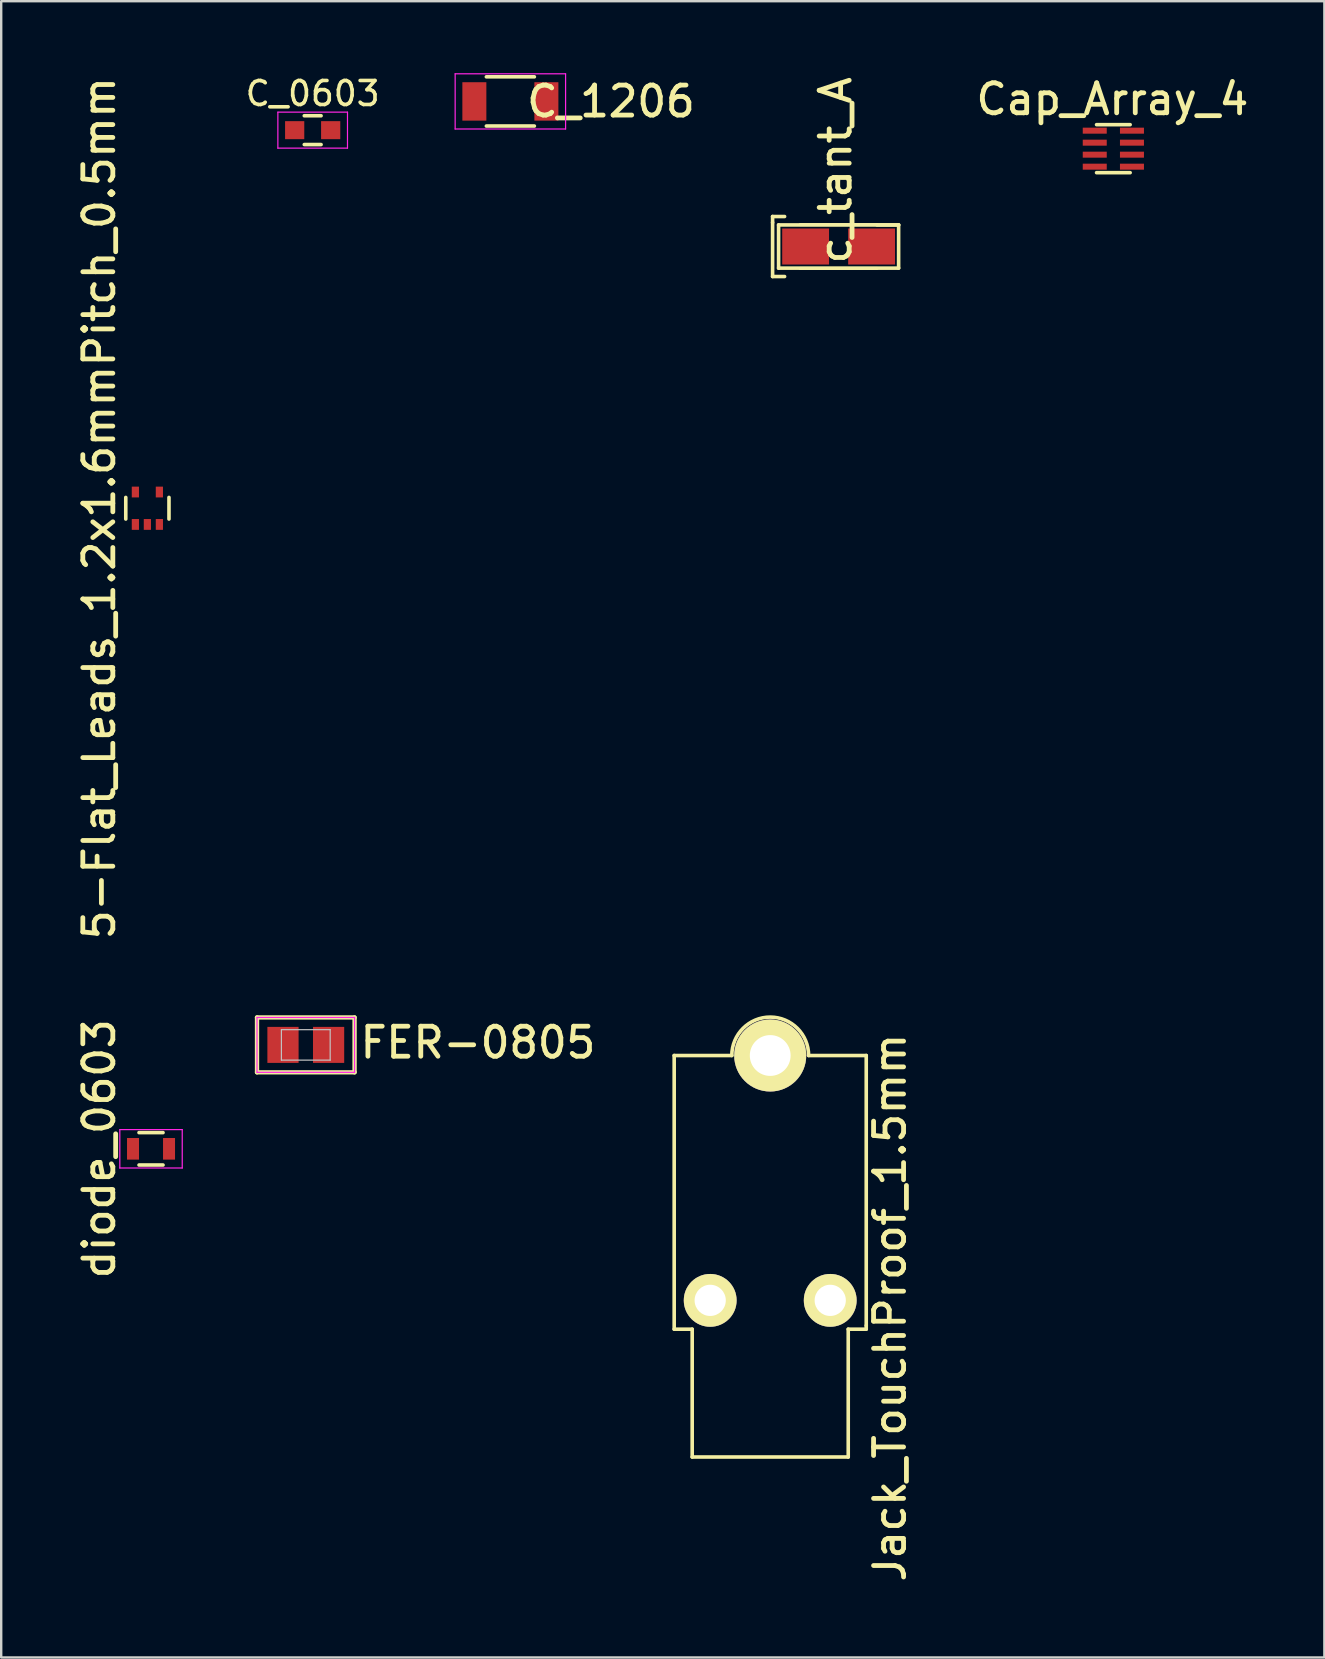
<source format=kicad_pcb>
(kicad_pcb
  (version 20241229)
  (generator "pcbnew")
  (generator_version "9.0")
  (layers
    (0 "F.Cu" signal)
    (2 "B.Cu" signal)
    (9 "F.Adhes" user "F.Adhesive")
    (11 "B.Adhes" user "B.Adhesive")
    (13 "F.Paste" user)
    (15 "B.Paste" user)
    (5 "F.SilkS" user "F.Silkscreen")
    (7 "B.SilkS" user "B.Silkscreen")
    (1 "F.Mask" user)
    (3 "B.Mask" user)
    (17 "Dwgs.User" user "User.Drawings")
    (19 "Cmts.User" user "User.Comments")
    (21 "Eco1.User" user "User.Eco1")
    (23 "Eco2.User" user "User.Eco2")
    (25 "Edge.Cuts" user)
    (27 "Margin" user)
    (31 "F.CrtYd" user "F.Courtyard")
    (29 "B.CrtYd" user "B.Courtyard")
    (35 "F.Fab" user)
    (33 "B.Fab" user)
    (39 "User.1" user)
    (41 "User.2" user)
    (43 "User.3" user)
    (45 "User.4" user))
  (footprint "diode_0603"
    (layer "F.Cu")
    (at 3.241 44.805)
    (property "Reference" "diode_0603" (at -2.159 0 90) (layer "F.SilkS") (effects (font (size 1.25 1.25) (thickness 0.2))))
    (attr smd)
    (fp_line (start -0.5 -0.675) (end 0.5 -0.675) (stroke (width 0.15) (type solid)) (layer "F.SilkS"))
    (fp_line (start 0.5 0.675) (end -0.5 0.675) (stroke (width 0.15) (type solid)) (layer "F.SilkS"))
    (fp_line (start -1.3 -0.8) (end -1.3 0.8) (stroke (width 0.05) (type solid)) (layer "F.CrtYd"))
    (fp_line (start -1.3 -0.8) (end 1.3 -0.8) (stroke (width 0.05) (type solid)) (layer "F.CrtYd"))
    (fp_line (start -1.3 0.8) (end 1.3 0.8) (stroke (width 0.05) (type solid)) (layer "F.CrtYd"))
    (fp_line (start 1.3 -0.8) (end 1.3 0.8) (stroke (width 0.05) (type solid)) (layer "F.CrtYd"))
    (pad "A" smd rect (at 0.75 0) (size 0.5 0.9) (layers "F.Cu" "F.Mask" "F.Paste"))
    (pad "C" smd rect (at -0.75 0) (size 0.5 0.9) (layers "F.Cu" "F.Mask" "F.Paste")))
  (footprint "FER-0805"
    (layer "F.Cu")
    (at 9.688 40.476)
    (property "Reference" "FER-0805" (at 2.159 0.635 0) (layer "F.SilkS") (effects (font (size 1.25 1.25) (thickness 0.2)) (justify left bottom)))
    (attr through_hole)
    (fp_line (start -2.032 -1.143) (end -2.032 1.143) (stroke (width 0.18) (type solid)) (layer "F.SilkS"))
    (fp_line (start -2.032 1.143) (end 2.032 1.143) (stroke (width 0.18) (type solid)) (layer "F.SilkS"))
    (fp_line (start 2.032 -1.143) (end -2.032 -1.143) (stroke (width 0.18) (type solid)) (layer "F.SilkS"))
    (fp_line (start 2.032 1.143) (end 2.032 -1.143) (stroke (width 0.18) (type solid)) (layer "F.SilkS"))
    (fp_line (start -1.016 -0.635) (end 1.016 -0.635) (stroke (width 0.05) (type solid)) (layer "Dwgs.User"))
    (fp_line (start -1.016 0.635) (end -1.016 -0.635) (stroke (width 0.05) (type solid)) (layer "Dwgs.User"))
    (fp_line (start 1.016 -0.635) (end 1.016 0.635) (stroke (width 0.05) (type solid)) (layer "Dwgs.User"))
    (fp_line (start 1.016 0.635) (end -1.016 0.635) (stroke (width 0.05) (type solid)) (layer "Dwgs.User"))
    (fp_line (start -2.032 -1.143) (end 2.032 -1.143) (stroke (width 0.05) (type solid)) (layer "F.CrtYd"))
    (fp_line (start -2.032 1.143) (end -2.032 -1.143) (stroke (width 0.05) (type solid)) (layer "F.CrtYd"))
    (fp_line (start 2.032 -1.143) (end 2.032 1.143) (stroke (width 0.05) (type solid)) (layer "F.CrtYd"))
    (fp_line (start 2.032 1.143) (end -2.032 1.143) (stroke (width 0.05) (type solid)) (layer "F.CrtYd"))
    (pad "1" smd rect (at -0.95 0) (size 1.3 1.5) (layers "F.Cu" "F.Mask" "F.Paste"))
    (pad "2" smd rect (at 0.95 0) (size 1.3 1.5) (layers "F.Cu" "F.Mask" "F.Paste")))
  (footprint "Cap_Array_4"
    (layer "F.Cu")
    (at 43.328 3.143)
    (property "Reference" "Cap_Array_4" (at -0.04 -2.061 0) (layer "F.SilkS") (effects (font (size 1.25 1.25) (thickness 0.2))))
    (attr through_hole)
    (fp_line (start -0.7 1) (end 0.7 1) (stroke (width 0.15) (type solid)) (layer "F.SilkS"))
    (fp_line (start 0.7 -1) (end -0.7 -1) (stroke (width 0.15) (type solid)) (layer "F.SilkS"))
    (pad "1" smd rect (at -0.775 -0.75) (size 1 0.25) (layers "F.Cu" "F.Mask" "F.Paste"))
    (pad "2" smd rect (at -0.775 -0.25) (size 1 0.25) (layers "F.Cu" "F.Mask" "F.Paste"))
    (pad "3" smd rect (at -0.775 0.25) (size 1 0.25) (layers "F.Cu" "F.Mask" "F.Paste"))
    (pad "4" smd rect (at -0.775 0.75) (size 1 0.25) (layers "F.Cu" "F.Mask" "F.Paste"))
    (pad "5" smd rect (at 0.775 0.75) (size 1 0.25) (layers "F.Cu" "F.Mask" "F.Paste"))
    (pad "6" smd rect (at 0.775 0.25) (size 1 0.25) (layers "F.Cu" "F.Mask" "F.Paste"))
    (pad "7" smd rect (at 0.775 -0.25) (size 1 0.25) (layers "F.Cu" "F.Mask" "F.Paste"))
    (pad "8" smd rect (at 0.775 -0.75) (size 1 0.25) (layers "F.Cu" "F.Mask" "F.Paste")))
  (footprint "Jack_TouchProof_1.5mm"
    (layer "F.Cu")
    (at 29.034 45.918)
    (property "Reference" "Jack_TouchProof_1.5mm" (at 4.987 5.502 90) (layer "F.SilkS") (effects (font (size 1.25 1.25) (thickness 0.2))))
    (attr through_hole)
    (fp_line (start -4 -5) (end -4 6.4) (stroke (width 0.15) (type solid)) (layer "F.SilkS"))
    (fp_line (start -4 -5) (end -1.6 -5) (stroke (width 0.15) (type solid)) (layer "F.SilkS"))
    (fp_line (start -3.25 6.4) (end -4 6.4) (stroke (width 0.15) (type solid)) (layer "F.SilkS"))
    (fp_line (start -3.25 6.4) (end -3.25 11.725) (stroke (width 0.15) (type solid)) (layer "F.SilkS"))
    (fp_line (start 3.25 6.4) (end 3.25 11.725) (stroke (width 0.15) (type solid)) (layer "F.SilkS"))
    (fp_line (start 3.25 11.725) (end -3.25 11.725) (stroke (width 0.15) (type solid)) (layer "F.SilkS"))
    (fp_line (start 4 -5) (end 1.6 -5) (stroke (width 0.15) (type solid)) (layer "F.SilkS"))
    (fp_line (start 4 -5) (end 4 6.25) (stroke (width 0.15) (type solid)) (layer "F.SilkS"))
    (fp_line (start 4 6.25) (end 4 6.4) (stroke (width 0.15) (type solid)) (layer "F.SilkS"))
    (fp_line (start 4 6.4) (end 3.25 6.4) (stroke (width 0.15) (type solid)) (layer "F.SilkS"))
    (fp_arc (start -1.6 -5) (mid 0 -6.6) (end 1.6 -5) (stroke (width 0.15) (type solid)) (layer "F.SilkS"))
    (pad "1" thru_hole circle (at 0 -5) (size 3 3) (drill 1.7) (layers "*.Cu" "*.Mask" "F.SilkS"))
    (pad "2" thru_hole circle (at -2.5 5.2) (size 2.2 2.2) (drill 1.3) (layers "*.Cu" "*.Mask" "F.SilkS"))
    (pad "2" thru_hole circle (at 2.5 5.2) (size 2.2 2.2) (drill 1.3) (layers "*.Cu" "*.Mask" "F.SilkS")))
  (footprint "5-Flat_Leads_1.2x1.6mmPitch_0.5mm"
    (layer "F.Cu")
    (at 3.089 18.121)
    (property "Reference" "5-Flat_Leads_1.2x1.6mmPitch_0.5mm" (at -2.007 0 90) (layer "F.SilkS") (effects (font (size 1.25 1.25) (thickness 0.2))))
    (attr through_hole)
    (fp_line (start -0.9 -0.45) (end -0.9 0.45) (stroke (width 0.15) (type solid)) (layer "F.SilkS"))
    (fp_line (start 0.9 -0.45) (end 0.9 0.45) (stroke (width 0.15) (type solid)) (layer "F.SilkS"))
    (pad "1" smd rect (at -0.5 0.675) (size 0.3 0.45) (layers "F.Cu" "F.Mask" "F.Paste"))
    (pad "2" smd rect (at 0 0.675) (size 0.3 0.45) (layers "F.Cu" "F.Mask" "F.Paste"))
    (pad "3" smd rect (at 0.5 0.675) (size 0.3 0.45) (layers "F.Cu" "F.Mask" "F.Paste"))
    (pad "4" smd rect (at 0.5 -0.675) (size 0.3 0.45) (layers "F.Cu" "F.Mask" "F.Paste"))
    (pad "5" smd rect (at -0.5 -0.675) (size 0.3 0.45) (layers "F.Cu" "F.Mask" "F.Paste")))
  (footprint "c_tant_A"
    (layer "F.Cu")
    (at 31.883 7.219)
    (property "Reference" "c_tant_A" (at -0.127 -3.175 90) (layer "F.SilkS") (effects (font (size 1.25 1.25) (thickness 0.2))))
    (attr through_hole)
    (fp_line (start -2.75 -1.25) (end -2.25 -1.25) (stroke (width 0.15) (type solid)) (layer "F.SilkS"))
    (fp_line (start -2.75 -1) (end -2.75 -1.25) (stroke (width 0.15) (type solid)) (layer "F.SilkS"))
    (fp_line (start -2.75 1.25) (end -2.75 -1) (stroke (width 0.15) (type solid)) (layer "F.SilkS"))
    (fp_line (start -2.5 -0.9) (end 2.5 -0.9) (stroke (width 0.15) (type solid)) (layer "F.SilkS"))
    (fp_line (start -2.5 0.9) (end -2.5 -0.9) (stroke (width 0.15) (type solid)) (layer "F.SilkS"))
    (fp_line (start -2.25 1.25) (end -2.75 1.25) (stroke (width 0.15) (type solid)) (layer "F.SilkS"))
    (fp_line (start -1.6 0.913) (end 1.6 0.913) (stroke (width 0.127) (type solid)) (layer "F.SilkS"))
    (fp_line (start 1.6 -0.9) (end 2.5 -0.9) (stroke (width 0.15) (type solid)) (layer "F.SilkS"))
    (fp_line (start 1.6 -0.913) (end -1.6 -0.913) (stroke (width 0.127) (type solid)) (layer "F.SilkS"))
    (fp_line (start 2.5 -0.9) (end 2.5 0.9) (stroke (width 0.15) (type solid)) (layer "F.SilkS"))
    (fp_line (start 2.5 0.9) (end -2.5 0.9) (stroke (width 0.15) (type solid)) (layer "F.SilkS"))
    (pad "1" smd rect (at -1.374 0) (size 1.951 1.501) (layers "F.Cu" "F.Mask" "F.Paste"))
    (pad "2" smd rect (at 1.374 0) (size 1.951 1.501) (layers "F.Cu" "F.Mask" "F.Paste")))
  (footprint "C_1206"
    (layer "F.Cu")
    (at 18.21 1.175)
    (property "Reference" "C_1206" (at 4.191 0 0) (layer "F.SilkS") (effects (font (size 1.25 1.25) (thickness 0.2))))
    (attr smd)
    (fp_line (start -1 1.025) (end 1 1.025) (stroke (width 0.15) (type solid)) (layer "F.SilkS"))
    (fp_line (start 1 -1.025) (end -1 -1.025) (stroke (width 0.15) (type solid)) (layer "F.SilkS"))
    (fp_line (start -2.3 -1.15) (end -2.3 1.15) (stroke (width 0.05) (type solid)) (layer "F.CrtYd"))
    (fp_line (start -2.3 -1.15) (end 2.3 -1.15) (stroke (width 0.05) (type solid)) (layer "F.CrtYd"))
    (fp_line (start -2.3 1.15) (end 2.3 1.15) (stroke (width 0.05) (type solid)) (layer "F.CrtYd"))
    (fp_line (start 2.3 -1.15) (end 2.3 1.15) (stroke (width 0.05) (type solid)) (layer "F.CrtYd"))
    (pad "1" smd rect (at -1.5 0) (size 1 1.6) (layers "F.Cu" "F.Mask" "F.Paste"))
    (pad "2" smd rect (at 1.5 0) (size 1 1.6) (layers "F.Cu" "F.Mask" "F.Paste")))
  (footprint "C_0603"
    (layer "F.Cu")
    (at 9.975 2.372)
    (property "Reference" "C_0603" (at 0 -1.524 0) (layer "F.SilkS") (effects (font (size 1 1) (thickness 0.15))))
    (attr smd)
    (fp_line (start -0.35 -0.6) (end 0.35 -0.6) (stroke (width 0.15) (type solid)) (layer "F.SilkS"))
    (fp_line (start 0.35 0.6) (end -0.35 0.6) (stroke (width 0.15) (type solid)) (layer "F.SilkS"))
    (fp_line (start -1.45 -0.75) (end -1.45 0.75) (stroke (width 0.05) (type solid)) (layer "F.CrtYd"))
    (fp_line (start -1.45 -0.75) (end 1.45 -0.75) (stroke (width 0.05) (type solid)) (layer "F.CrtYd"))
    (fp_line (start -1.45 0.75) (end 1.45 0.75) (stroke (width 0.05) (type solid)) (layer "F.CrtYd"))
    (fp_line (start 1.45 -0.75) (end 1.45 0.75) (stroke (width 0.05) (type solid)) (layer "F.CrtYd"))
    (pad "1" smd rect (at -0.75 0) (size 0.8 0.75) (layers "F.Cu" "F.Mask" "F.Paste"))
    (pad "2" smd rect (at 0.75 0) (size 0.8 0.75) (layers "F.Cu" "F.Mask" "F.Paste")))
  (gr_rect
    (start -3 -3)
    (end 52.118 65.994)
    (stroke (width 0.1) (type default))
    (fill no)
    (layer "Edge.Cuts")))
</source>
